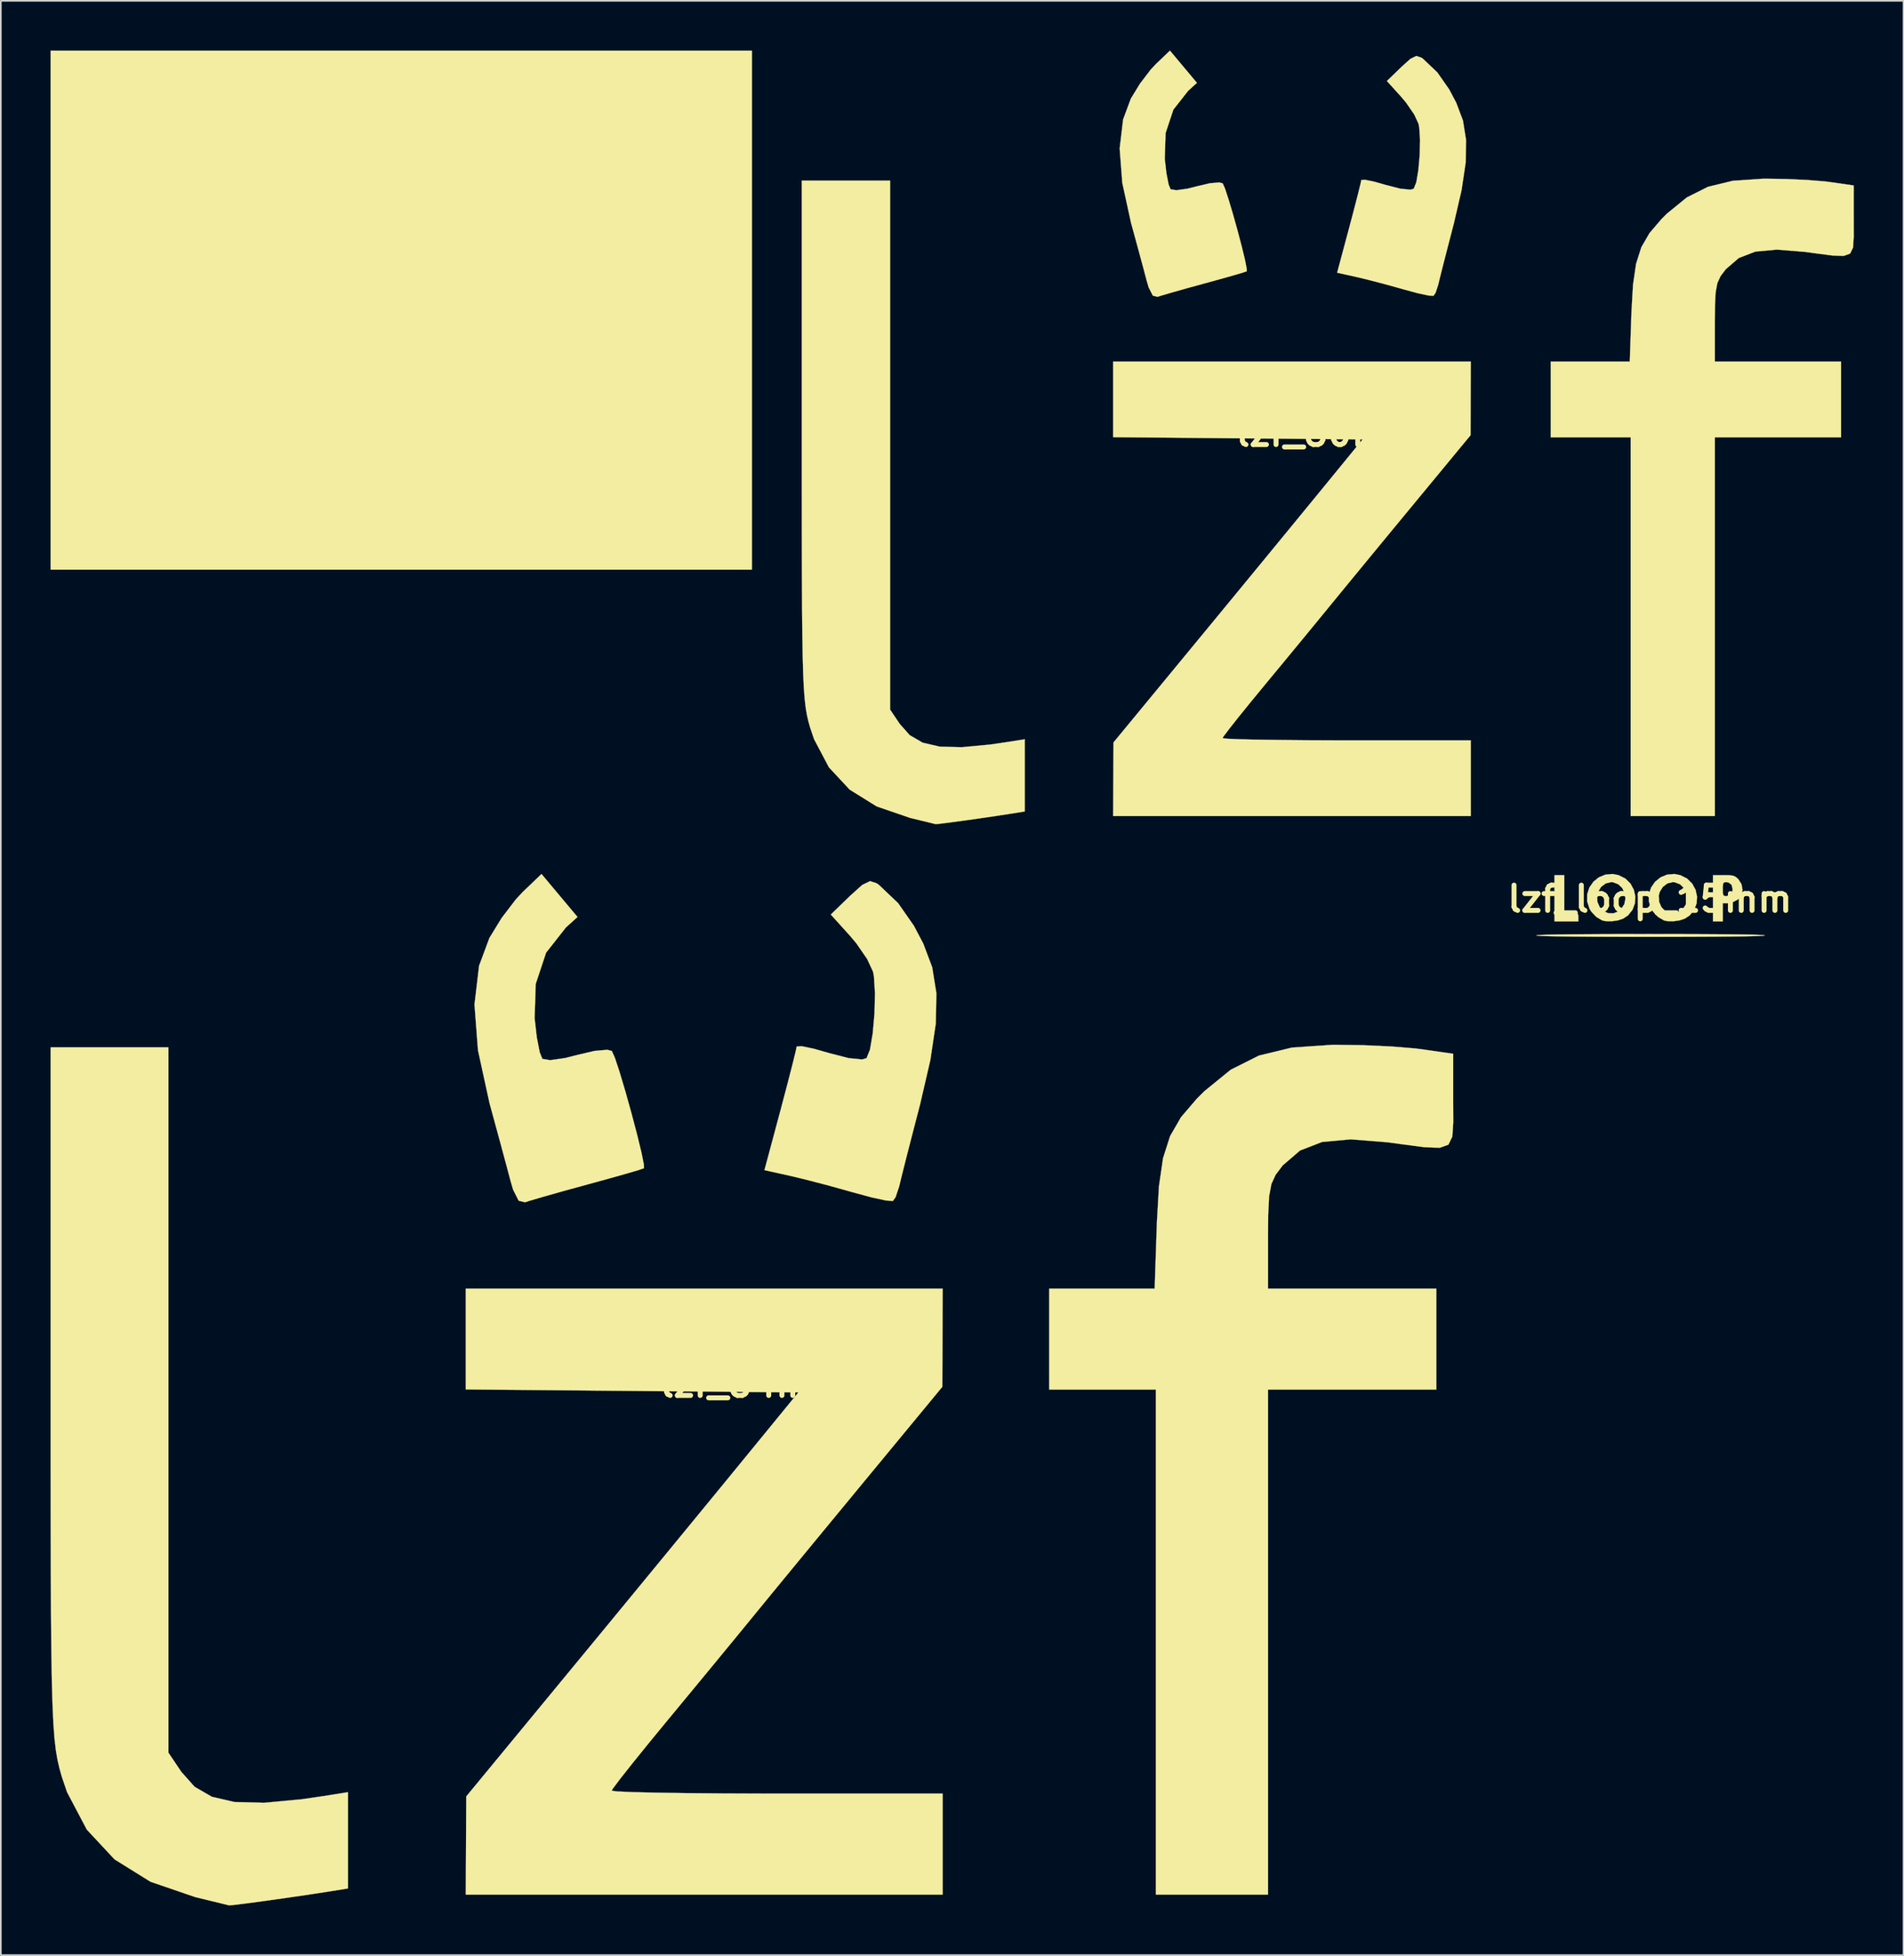
<source format=kicad_pcb>
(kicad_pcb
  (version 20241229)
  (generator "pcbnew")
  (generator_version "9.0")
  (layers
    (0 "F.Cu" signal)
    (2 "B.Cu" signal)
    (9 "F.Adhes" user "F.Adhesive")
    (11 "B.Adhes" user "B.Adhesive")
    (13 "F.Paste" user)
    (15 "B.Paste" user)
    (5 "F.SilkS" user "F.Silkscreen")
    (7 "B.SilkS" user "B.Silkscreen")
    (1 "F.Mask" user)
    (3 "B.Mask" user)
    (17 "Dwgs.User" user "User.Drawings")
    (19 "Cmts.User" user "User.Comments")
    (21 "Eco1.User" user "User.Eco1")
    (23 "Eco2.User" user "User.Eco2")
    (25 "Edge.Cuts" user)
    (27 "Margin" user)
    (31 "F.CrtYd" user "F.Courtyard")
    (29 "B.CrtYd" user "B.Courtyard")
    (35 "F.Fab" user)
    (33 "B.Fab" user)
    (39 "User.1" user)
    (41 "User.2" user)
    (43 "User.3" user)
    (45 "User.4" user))
  (footprint "lzf_60mm"
    (layer "F.Cu")
    (at 77.098 23.092)
    (property "Reference" "lzf_60mm" (at 0 0 0) (layer "F.SilkS") (effects (font (size 1.524 1.524) (thickness 0.3))))
    (attr through_hole)
    (fp_poly (pts (xy -26.416 16.689) (xy -25.835 17.552) (xy -25.232 18.232) (xy -24.45 18.685) (xy -23.425 18.923) (xy -22.088 18.957) (xy -20.376 18.797) (xy -19.32 18.642) (xy -18.288 18.477) (xy -18.288 22.837) (xy -19.113 22.969) (xy -20.002 23.106) (xy -21.01 23.254) (xy -22.009 23.395) (xy -22.871 23.511) (xy -23.467 23.585) (xy -23.671 23.601) (xy -23.939 23.535) (xy -24.556 23.384) (xy -25.207 23.226) (xy -27.226 22.533) (xy -28.856 21.52) (xy -30.11 20.173) (xy -31.005 18.479) (xy -31.242 17.781) (xy -31.346 17.41) (xy -31.435 17.027) (xy -31.51 16.591) (xy -31.572 16.058) (xy -31.623 15.388) (xy -31.663 14.539) (xy -31.693 13.47) (xy -31.716 12.139) (xy -31.731 10.503) (xy -31.741 8.523) (xy -31.747 6.155) (xy -31.749 3.358) (xy -31.75 0.417) (xy -31.75 -15.24) (xy -26.416 -15.24) (xy -26.416 16.689)) (stroke (width 0.01) (type solid)) (fill yes) (layer "F.SilkS"))
    (fp_poly (pts (xy 8.629 -2.095) (xy 8.622 0.127) (xy 5.055 4.445) (xy 3.912 5.829) (xy 2.787 7.194) (xy 1.753 8.451) (xy 0.881 9.512) (xy 0.244 10.29) (xy 0.142 10.414) (xy -0.514 11.215) (xy -1.394 12.286) (xy -2.399 13.506) (xy -3.429 14.751) (xy -3.777 15.172) (xy -4.651 16.235) (xy -5.398 17.158) (xy -5.962 17.873) (xy -6.29 18.309) (xy -6.35 18.41) (xy -6.106 18.443) (xy -5.417 18.474) (xy -4.346 18.5) (xy -2.954 18.52) (xy -1.304 18.535) (xy 0.54 18.542) (xy 1.143 18.542) (xy 8.636 18.542) (xy 8.636 23.114) (xy -12.954 23.114) (xy -12.943 20.892) (xy -12.931 18.669) (xy -8.219 12.954) (xy -6.832 11.271) (xy -5.385 9.513) (xy -3.957 7.777) (xy -2.628 6.159) (xy -1.476 4.755) (xy -0.701 3.81) (xy 2.104 0.381) (xy -5.425 0.314) (xy -12.954 0.246) (xy -12.954 -4.318) (xy 8.636 -4.318) (xy 8.629 -2.095)) (stroke (width 0.01) (type solid)) (fill yes) (layer "F.SilkS"))
    (fp_poly (pts (xy 27.687 -15.338) (xy 28.962 -15.279) (xy 30.023 -15.192) (xy 30.29 -15.158) (xy 31.75 -14.949) (xy 31.75 -12.809) (xy 31.754 -11.841) (xy 31.711 -11.201) (xy 31.536 -10.836) (xy 31.144 -10.694) (xy 30.45 -10.719) (xy 29.371 -10.861) (xy 28.78 -10.942) (xy 27.111 -11.075) (xy 25.815 -10.956) (xy 24.815 -10.569) (xy 24.033 -9.895) (xy 24.022 -9.882) (xy 23.713 -9.473) (xy 23.52 -9.053) (xy 23.416 -8.491) (xy 23.375 -7.656) (xy 23.368 -6.712) (xy 23.368 -4.318) (xy 30.988 -4.318) (xy 30.988 0.254) (xy 23.368 0.254) (xy 23.368 23.114) (xy 18.288 23.114) (xy 18.288 0.254) (xy 13.462 0.254) (xy 13.462 -4.318) (xy 18.234 -4.318) (xy 18.335 -7.303) (xy 18.429 -8.953) (xy 18.613 -10.218) (xy 18.932 -11.221) (xy 19.429 -12.08) (xy 20.147 -12.919) (xy 20.489 -13.259) (xy 21.677 -14.226) (xy 22.956 -14.868) (xy 24.448 -15.23) (xy 26.279 -15.355) (xy 26.416 -15.356) (xy 27.687 -15.338)) (stroke (width 0.01) (type solid)) (fill yes) (layer "F.SilkS"))
    (fp_poly (pts (xy -8.71 -22.114) (xy -7.895 -21.141) (xy -8.42 -20.667) (xy -9.317 -19.525) (xy -9.786 -18.112) (xy -9.837 -16.563) (xy -9.737 -15.687) (xy -9.606 -15.015) (xy -9.486 -14.719) (xy -9.132 -14.661) (xy -8.453 -14.757) (xy -7.91 -14.895) (xy -7.126 -15.079) (xy -6.542 -15.13) (xy -6.34 -15.076) (xy -6.205 -14.775) (xy -5.99 -14.122) (xy -5.727 -13.243) (xy -5.452 -12.259) (xy -5.198 -11.297) (xy -4.999 -10.479) (xy -4.89 -9.929) (xy -4.887 -9.768) (xy -5.144 -9.681) (xy -5.785 -9.493) (xy -6.702 -9.236) (xy -7.429 -9.037) (xy -8.515 -8.739) (xy -9.439 -8.478) (xy -10.074 -8.291) (xy -10.271 -8.226) (xy -10.558 -8.297) (xy -10.809 -8.792) (xy -10.925 -9.186) (xy -11.121 -9.927) (xy -11.405 -10.978) (xy -11.728 -12.162) (xy -11.876 -12.7) (xy -12.401 -15.107) (xy -12.56 -17.179) (xy -12.351 -18.934) (xy -11.883 -20.193) (xy -11.332 -21.094) (xy -10.681 -21.947) (xy -10.373 -22.275) (xy -9.525 -23.087) (xy -8.71 -22.114)) (stroke (width 0.01) (type solid)) (fill yes) (layer "F.SilkS"))
    (fp_poly (pts (xy 5.651 -22.666) (xy 5.765 -22.582) (xy 6.62 -21.768) (xy 7.335 -20.743) (xy 7.759 -19.939) (xy 8.164 -18.865) (xy 8.353 -17.686) (xy 8.326 -16.315) (xy 8.08 -14.665) (xy 7.613 -12.65) (xy 7.589 -12.558) (xy 7.271 -11.333) (xy 6.991 -10.245) (xy 6.78 -9.41) (xy 6.669 -8.95) (xy 6.509 -8.463) (xy 6.383 -8.285) (xy 6.076 -8.305) (xy 5.425 -8.446) (xy 4.572 -8.677) (xy 3.496 -8.978) (xy 2.414 -9.26) (xy 1.745 -9.42) (xy 0.568 -9.681) (xy 1.296 -12.397) (xy 1.589 -13.506) (xy 1.827 -14.427) (xy 1.981 -15.054) (xy 2.027 -15.276) (xy 2.249 -15.293) (xy 2.82 -15.174) (xy 3.493 -14.982) (xy 4.376 -14.754) (xy 4.991 -14.693) (xy 5.191 -14.751) (xy 5.346 -15.137) (xy 5.47 -15.865) (xy 5.55 -16.769) (xy 5.573 -17.682) (xy 5.526 -18.439) (xy 5.484 -18.666) (xy 5.219 -19.237) (xy 4.73 -19.947) (xy 4.447 -20.285) (xy 3.572 -21.252) (xy 4.443 -22.096) (xy 4.994 -22.592) (xy 5.349 -22.765) (xy 5.651 -22.666)) (stroke (width 0.01) (type solid)) (fill yes) (layer "F.SilkS")))
  (footprint "lzf_loop_15mm"
    (layer "F.Cu")
    (at 96.544 51.21)
    (property "Reference" "lzf_loop_15mm" (at 0 0 0) (layer "F.SilkS") (effects (font (size 1.524 1.524) (thickness 0.3))))
    (attr through_hole)
    (fp_poly (pts (xy -5.165 0.847) (xy -4.741 0.847) (xy -4.491 0.852) (xy -4.366 0.886) (xy -4.323 0.975) (xy -4.318 1.101) (xy -4.318 1.355) (xy -5.757 1.355) (xy -5.757 -1.439) (xy -5.165 -1.439) (xy -5.165 0.847)) (stroke (width 0.01) (type solid)) (fill yes) (layer "F.SilkS"))
    (fp_poly (pts (xy 4.787 -1.434) (xy 5.004 -1.409) (xy 5.154 -1.35) (xy 5.288 -1.243) (xy 5.341 -1.192) (xy 5.534 -0.889) (xy 5.595 -0.536) (xy 5.515 -0.192) (xy 5.501 -0.165) (xy 5.319 0.029) (xy 5.036 0.179) (xy 4.721 0.252) (xy 4.661 0.254) (xy 4.403 0.254) (xy 4.403 1.355) (xy 3.81 1.355) (xy 3.81 -0.593) (xy 4.403 -0.593) (xy 4.41 -0.341) (xy 4.446 -0.215) (xy 4.53 -0.173) (xy 4.597 -0.169) (xy 4.796 -0.211) (xy 4.894 -0.271) (xy 4.972 -0.429) (xy 4.995 -0.593) (xy 4.933 -0.852) (xy 4.754 -0.993) (xy 4.597 -1.016) (xy 4.482 -1) (xy 4.424 -0.922) (xy 4.404 -0.74) (xy 4.403 -0.593) (xy 3.81 -0.593) (xy 3.81 -1.439) (xy 4.452 -1.439) (xy 4.787 -1.434)) (stroke (width 0.01) (type solid)) (fill yes) (layer "F.SilkS"))
    (fp_poly (pts (xy 1.455 2.118) (xy 2.71 2.121) (xy 3.804 2.126) (xy 4.738 2.133) (xy 5.509 2.142) (xy 6.116 2.153) (xy 6.558 2.167) (xy 6.833 2.182) (xy 6.941 2.199) (xy 6.943 2.201) (xy 6.858 2.219) (xy 6.606 2.234) (xy 6.187 2.247) (xy 5.602 2.259) (xy 4.854 2.268) (xy 3.943 2.276) (xy 2.87 2.281) (xy 1.638 2.285) (xy 0.247 2.286) (xy 0.042 2.286) (xy -1.371 2.285) (xy -2.625 2.282) (xy -3.72 2.277) (xy -4.653 2.27) (xy -5.424 2.26) (xy -6.031 2.249) (xy -6.473 2.236) (xy -6.749 2.221) (xy -6.856 2.204) (xy -6.858 2.201) (xy -6.774 2.184) (xy -6.521 2.169) (xy -6.102 2.155) (xy -5.518 2.144) (xy -4.769 2.134) (xy -3.858 2.127) (xy -2.786 2.121) (xy -1.553 2.118) (xy -0.162 2.117) (xy 0.042 2.117) (xy 1.455 2.118)) (stroke (width 0.01) (type solid)) (fill yes) (layer "F.SilkS"))
    (fp_poly (pts (xy -1.893 -1.439) (xy -1.478 -1.231) (xy -1.168 -0.925) (xy -0.967 -0.553) (xy -0.877 -0.145) (xy -0.903 0.268) (xy -1.048 0.655) (xy -1.314 0.986) (xy -1.602 1.182) (xy -1.92 1.291) (xy -2.301 1.346) (xy -2.665 1.341) (xy -2.879 1.294) (xy -3.231 1.086) (xy -3.532 0.769) (xy -3.643 0.589) (xy -3.787 0.144) (xy -3.783 -0.212) (xy -3.185 -0.212) (xy -3.166 0.173) (xy -3.029 0.491) (xy -2.804 0.725) (xy -2.521 0.857) (xy -2.209 0.87) (xy -1.898 0.747) (xy -1.747 0.623) (xy -1.545 0.322) (xy -1.474 -0.017) (xy -1.52 -0.356) (xy -1.668 -0.658) (xy -1.907 -0.887) (xy -2.222 -1.007) (xy -2.346 -1.016) (xy -2.667 -0.938) (xy -2.941 -0.729) (xy -3.129 -0.428) (xy -3.185 -0.212) (xy -3.783 -0.212) (xy -3.783 -0.291) (xy -3.65 -0.693) (xy -3.409 -1.04) (xy -3.081 -1.306) (xy -2.684 -1.47) (xy -2.241 -1.507) (xy -1.893 -1.439)) (stroke (width 0.01) (type solid)) (fill yes) (layer "F.SilkS"))
    (fp_poly (pts (xy 1.833 -1.439) (xy 2.248 -1.231) (xy 2.557 -0.925) (xy 2.759 -0.553) (xy 2.848 -0.145) (xy 2.822 0.268) (xy 2.678 0.655) (xy 2.411 0.986) (xy 2.123 1.182) (xy 1.805 1.291) (xy 1.424 1.346) (xy 1.06 1.341) (xy 0.847 1.294) (xy 0.495 1.086) (xy 0.194 0.769) (xy 0.083 0.589) (xy -0.061 0.144) (xy -0.058 -0.212) (xy 0.541 -0.212) (xy 0.559 0.173) (xy 0.696 0.491) (xy 0.921 0.725) (xy 1.204 0.857) (xy 1.516 0.87) (xy 1.827 0.747) (xy 1.979 0.623) (xy 2.18 0.322) (xy 2.251 -0.017) (xy 2.206 -0.356) (xy 2.057 -0.658) (xy 1.818 -0.887) (xy 1.503 -1.007) (xy 1.379 -1.016) (xy 1.058 -0.938) (xy 0.784 -0.729) (xy 0.596 -0.428) (xy 0.541 -0.212) (xy -0.058 -0.212) (xy -0.057 -0.291) (xy 0.075 -0.693) (xy 0.316 -1.04) (xy 0.645 -1.306) (xy 1.041 -1.47) (xy 1.485 -1.507) (xy 1.833 -1.439)) (stroke (width 0.01) (type solid)) (fill yes) (layer "F.SilkS")))
  (footprint "lzf_42mm"
    (layer "F.Cu")
    (at 21.172 15.584)
    (property "Reference" "lzf_42mm" (at 0 0 0) (layer "F.SilkS") (effects (font (size 1.524 1.524) (thickness 0.3))))
    (attr through_hole)
    (fp_poly (pts (xy 21.167 15.748) (xy -21.167 15.748) (xy -21.167 -15.579) (xy 21.167 -15.579) (xy 21.167 15.748)) (stroke (width 0.01) (type solid)) (fill yes) (layer "F.SilkS")))
  (footprint "lzf_84mm"
    (layer "F.Cu")
    (at 42.338 80.486)
    (property "Reference" "lzf_84mm" (at 0 0 0) (layer "F.SilkS") (effects (font (size 1.524 1.524) (thickness 0.3))))
    (attr through_hole)
    (fp_poly (pts (xy -35.221 22.252) (xy -34.447 23.403) (xy -33.643 24.309) (xy -32.601 24.913) (xy -31.233 25.231) (xy -29.451 25.276) (xy -27.168 25.063) (xy -25.76 24.856) (xy -24.384 24.636) (xy -24.384 30.449) (xy -25.485 30.625) (xy -26.669 30.808) (xy -28.013 31.005) (xy -29.345 31.193) (xy -30.494 31.348) (xy -31.29 31.446) (xy -31.561 31.468) (xy -31.919 31.379) (xy -32.741 31.179) (xy -33.609 30.968) (xy -36.302 30.044) (xy -38.474 28.693) (xy -40.147 26.898) (xy -41.339 24.639) (xy -41.656 23.707) (xy -41.795 23.214) (xy -41.914 22.703) (xy -42.014 22.121) (xy -42.097 21.411) (xy -42.164 20.518) (xy -42.217 19.386) (xy -42.258 17.96) (xy -42.288 16.185) (xy -42.308 14.004) (xy -42.322 11.363) (xy -42.329 8.206) (xy -42.333 4.478) (xy -42.333 0.556) (xy -42.333 -20.32) (xy -35.221 -20.32) (xy -35.221 22.252)) (stroke (width 0.01) (type solid)) (fill yes) (layer "F.SilkS"))
    (fp_poly (pts (xy 11.505 -2.794) (xy 11.496 0.169) (xy 6.74 5.927) (xy 5.217 7.773) (xy 3.717 9.592) (xy 2.337 11.268) (xy 1.174 12.683) (xy 0.325 13.72) (xy 0.19 13.885) (xy -0.685 14.954) (xy -1.859 16.382) (xy -3.199 18.007) (xy -4.572 19.669) (xy -5.036 20.229) (xy -6.201 21.647) (xy -7.197 22.878) (xy -7.95 23.831) (xy -8.387 24.413) (xy -8.467 24.547) (xy -8.142 24.591) (xy -7.223 24.632) (xy -5.794 24.666) (xy -3.938 24.694) (xy -1.739 24.713) (xy 0.72 24.722) (xy 1.524 24.723) (xy 11.515 24.723) (xy 11.515 30.819) (xy -17.272 30.819) (xy -17.257 27.855) (xy -17.242 24.892) (xy -10.959 17.272) (xy -9.109 15.028) (xy -7.18 12.684) (xy -5.276 10.369) (xy -3.504 8.212) (xy -1.968 6.341) (xy -0.935 5.08) (xy 2.806 0.508) (xy -7.233 0.418) (xy -17.272 0.329) (xy -17.272 -5.757) (xy 11.515 -5.757) (xy 11.505 -2.794)) (stroke (width 0.01) (type solid)) (fill yes) (layer "F.SilkS"))
    (fp_poly (pts (xy -10.527 -28.189) (xy -11.226 -27.556) (xy -12.423 -26.034) (xy -13.048 -24.15) (xy -13.116 -22.085) (xy -12.983 -20.916) (xy -12.807 -20.021) (xy -12.648 -19.625) (xy -12.175 -19.547) (xy -11.271 -19.676) (xy -10.547 -19.86) (xy -9.502 -20.105) (xy -8.723 -20.173) (xy -8.454 -20.101) (xy -8.274 -19.7) (xy -7.986 -18.83) (xy -7.636 -17.657) (xy -7.27 -16.346) (xy -6.931 -15.062) (xy -6.666 -13.972) (xy -6.52 -13.239) (xy -6.515 -13.024) (xy -6.858 -12.907) (xy -7.713 -12.657) (xy -8.936 -12.315) (xy -9.906 -12.049) (xy -11.354 -11.652) (xy -12.585 -11.304) (xy -13.433 -11.054) (xy -13.695 -10.968) (xy -14.078 -11.062) (xy -14.412 -11.722) (xy -14.566 -12.248) (xy -14.829 -13.235) (xy -15.207 -14.637) (xy -15.637 -16.216) (xy -15.834 -16.933) (xy -16.535 -20.142) (xy -16.746 -22.905) (xy -16.468 -25.246) (xy -15.844 -26.924) (xy -15.109 -28.126) (xy -14.241 -29.262) (xy -13.831 -29.7) (xy -12.7 -30.783) (xy -10.527 -28.189)) (stroke (width 0.01) (type solid)) (fill yes) (layer "F.SilkS"))
    (fp_poly (pts (xy 36.915 -20.45) (xy 38.616 -20.372) (xy 40.03 -20.256) (xy 40.386 -20.211) (xy 42.333 -19.933) (xy 42.333 -17.078) (xy 42.339 -15.788) (xy 42.282 -14.935) (xy 42.048 -14.448) (xy 41.525 -14.258) (xy 40.601 -14.292) (xy 39.161 -14.481) (xy 38.373 -14.589) (xy 36.148 -14.767) (xy 34.42 -14.609) (xy 33.087 -14.092) (xy 32.044 -13.194) (xy 32.029 -13.176) (xy 31.617 -12.631) (xy 31.36 -12.071) (xy 31.221 -11.321) (xy 31.166 -10.208) (xy 31.157 -8.949) (xy 31.157 -5.757) (xy 41.317 -5.757) (xy 41.317 0.339) (xy 31.157 0.339) (xy 31.157 30.819) (xy 24.384 30.819) (xy 24.384 0.339) (xy 17.949 0.339) (xy 17.949 -5.757) (xy 24.313 -5.757) (xy 24.447 -9.737) (xy 24.572 -11.937) (xy 24.818 -13.625) (xy 25.243 -14.961) (xy 25.905 -16.107) (xy 26.862 -17.225) (xy 27.319 -17.679) (xy 28.903 -18.968) (xy 30.608 -19.824) (xy 32.597 -20.306) (xy 35.039 -20.474) (xy 35.221 -20.475) (xy 36.915 -20.45)) (stroke (width 0.01) (type solid)) (fill yes) (layer "F.SilkS"))
    (fp_poly (pts (xy 7.534 -30.222) (xy 7.686 -30.11) (xy 8.827 -29.024) (xy 9.78 -27.657) (xy 10.345 -26.585) (xy 10.885 -25.153) (xy 11.138 -23.581) (xy 11.101 -21.753) (xy 10.773 -19.554) (xy 10.15 -16.866) (xy 10.118 -16.743) (xy 9.694 -15.111) (xy 9.321 -13.66) (xy 9.041 -12.547) (xy 8.893 -11.933) (xy 8.678 -11.284) (xy 8.511 -11.046) (xy 8.101 -11.074) (xy 7.233 -11.262) (xy 6.096 -11.569) (xy 4.662 -11.97) (xy 3.219 -12.346) (xy 2.326 -12.56) (xy 0.758 -12.908) (xy 1.728 -16.529) (xy 2.119 -18.007) (xy 2.436 -19.236) (xy 2.642 -20.072) (xy 2.703 -20.368) (xy 2.998 -20.391) (xy 3.76 -20.231) (xy 4.657 -19.975) (xy 5.834 -19.671) (xy 6.655 -19.59) (xy 6.921 -19.668) (xy 7.128 -20.183) (xy 7.293 -21.154) (xy 7.4 -22.358) (xy 7.43 -23.576) (xy 7.369 -24.585) (xy 7.313 -24.888) (xy 6.958 -25.65) (xy 6.307 -26.596) (xy 5.929 -27.046) (xy 4.763 -28.336) (xy 5.924 -29.461) (xy 6.659 -30.123) (xy 7.132 -30.353) (xy 7.534 -30.222)) (stroke (width 0.01) (type solid)) (fill yes) (layer "F.SilkS")))
  (gr_rect
    (start -3 -3)
    (end 111.858 114.958)
    (stroke (width 0.1) (type default))
    (fill no)
    (layer "Edge.Cuts")))
</source>
